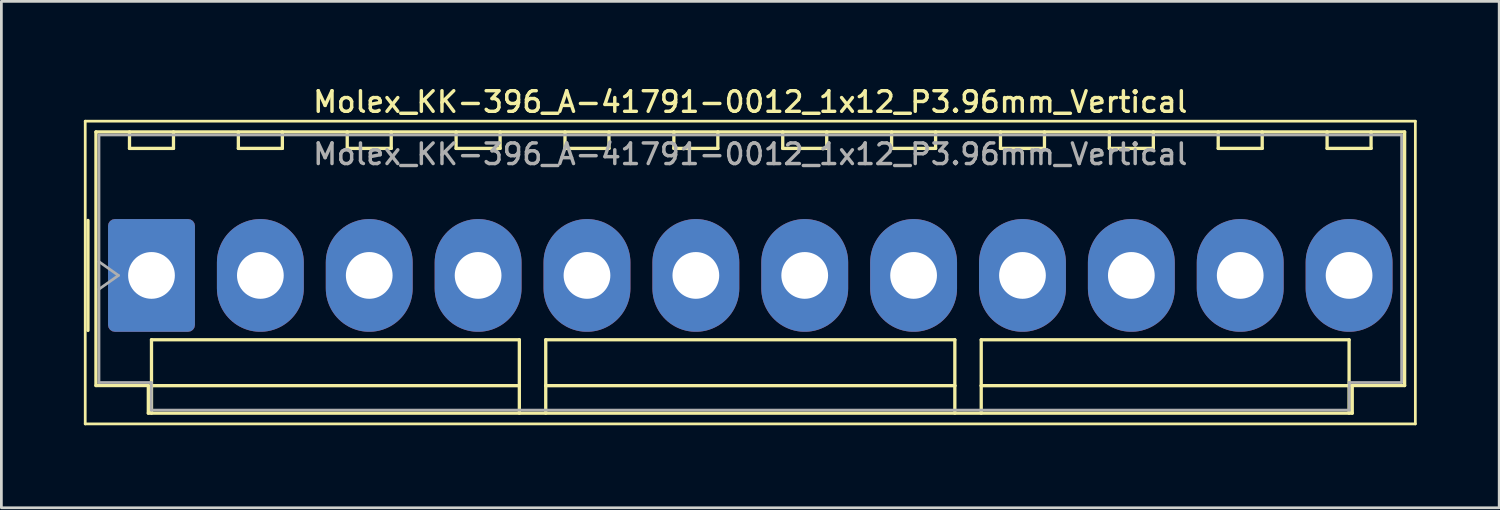
<source format=kicad_pcb>
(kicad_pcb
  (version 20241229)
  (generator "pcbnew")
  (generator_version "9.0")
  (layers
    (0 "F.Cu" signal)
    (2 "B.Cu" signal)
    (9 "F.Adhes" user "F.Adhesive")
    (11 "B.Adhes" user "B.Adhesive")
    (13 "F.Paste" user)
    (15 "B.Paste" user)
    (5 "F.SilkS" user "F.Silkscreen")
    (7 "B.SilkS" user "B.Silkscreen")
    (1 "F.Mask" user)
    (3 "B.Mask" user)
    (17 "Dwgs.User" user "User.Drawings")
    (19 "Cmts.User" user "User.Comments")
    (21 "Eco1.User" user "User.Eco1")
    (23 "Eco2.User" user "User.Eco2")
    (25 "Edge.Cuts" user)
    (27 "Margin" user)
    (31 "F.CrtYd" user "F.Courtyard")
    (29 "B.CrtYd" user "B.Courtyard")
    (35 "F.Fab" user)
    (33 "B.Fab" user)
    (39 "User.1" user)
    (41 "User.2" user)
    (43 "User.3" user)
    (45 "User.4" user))
  (footprint "Molex_KK-396_A-41791-0012_1x12_P3.96mm_Vertical"
    (layer "F.Cu")
    (at 2.46 6.968)
    (property "Reference" "Molex_KK-396_A-41791-0012_1x12_P3.96mm_Vertical" (at 21.78 -6.31 0) (layer "F.SilkS") (effects (font (size 0.75 0.75) (thickness 0.125))))
    (attr through_hole)
    (fp_line (start -2.41 -5.61) (end -2.41 5.4) (stroke (width 0.1) (type solid)) (layer "F.SilkS"))
    (fp_line (start -2.41 5.4) (end 45.97 5.4) (stroke (width 0.1) (type solid)) (layer "F.SilkS"))
    (fp_line (start -2.31 -2) (end -2.31 2) (stroke (width 0.12) (type solid)) (layer "F.SilkS"))
    (fp_line (start -2.02 -5.22) (end 45.58 -5.22) (stroke (width 0.12) (type solid)) (layer "F.SilkS"))
    (fp_line (start -2.02 4.005) (end -2.02 -5.22) (stroke (width 0.12) (type solid)) (layer "F.SilkS"))
    (fp_line (start -0.8 -5.22) (end -0.8 -4.62) (stroke (width 0.12) (type solid)) (layer "F.SilkS"))
    (fp_line (start -0.8 -4.62) (end 0.8 -4.62) (stroke (width 0.12) (type solid)) (layer "F.SilkS"))
    (fp_line (start -0.115 4.005) (end -2.02 4.005) (stroke (width 0.12) (type solid)) (layer "F.SilkS"))
    (fp_line (start -0.115 5.01) (end -0.115 4.005) (stroke (width 0.12) (type solid)) (layer "F.SilkS"))
    (fp_line (start 0 2.34) (end 13.38 2.34) (stroke (width 0.12) (type solid)) (layer "F.SilkS"))
    (fp_line (start 0 4.01) (end 0 2.34) (stroke (width 0.12) (type solid)) (layer "F.SilkS"))
    (fp_line (start 0 4.01) (end 13.38 4.01) (stroke (width 0.12) (type solid)) (layer "F.SilkS"))
    (fp_line (start 0 5.01) (end 0 4.01) (stroke (width 0.12) (type solid)) (layer "F.SilkS"))
    (fp_line (start 0.8 -4.62) (end 0.8 -5.22) (stroke (width 0.12) (type solid)) (layer "F.SilkS"))
    (fp_line (start 3.16 -5.22) (end 3.16 -4.62) (stroke (width 0.12) (type solid)) (layer "F.SilkS"))
    (fp_line (start 3.16 -4.62) (end 4.76 -4.62) (stroke (width 0.12) (type solid)) (layer "F.SilkS"))
    (fp_line (start 4.76 -4.62) (end 4.76 -5.22) (stroke (width 0.12) (type solid)) (layer "F.SilkS"))
    (fp_line (start 7.12 -5.22) (end 7.12 -4.62) (stroke (width 0.12) (type solid)) (layer "F.SilkS"))
    (fp_line (start 7.12 -4.62) (end 8.72 -4.62) (stroke (width 0.12) (type solid)) (layer "F.SilkS"))
    (fp_line (start 8.72 -4.62) (end 8.72 -5.22) (stroke (width 0.12) (type solid)) (layer "F.SilkS"))
    (fp_line (start 11.08 -5.22) (end 11.08 -4.62) (stroke (width 0.12) (type solid)) (layer "F.SilkS"))
    (fp_line (start 11.08 -4.62) (end 12.68 -4.62) (stroke (width 0.12) (type solid)) (layer "F.SilkS"))
    (fp_line (start 12.68 -4.62) (end 12.68 -5.22) (stroke (width 0.12) (type solid)) (layer "F.SilkS"))
    (fp_line (start 13.38 2.34) (end 13.38 4.01) (stroke (width 0.12) (type solid)) (layer "F.SilkS"))
    (fp_line (start 13.38 4.01) (end 13.38 5.01) (stroke (width 0.12) (type solid)) (layer "F.SilkS"))
    (fp_line (start 14.34 2.34) (end 29.22 2.34) (stroke (width 0.12) (type solid)) (layer "F.SilkS"))
    (fp_line (start 14.34 4.01) (end 14.34 2.34) (stroke (width 0.12) (type solid)) (layer "F.SilkS"))
    (fp_line (start 14.34 4.01) (end 29.22 4.01) (stroke (width 0.12) (type solid)) (layer "F.SilkS"))
    (fp_line (start 14.34 5.01) (end 14.34 4.01) (stroke (width 0.12) (type solid)) (layer "F.SilkS"))
    (fp_line (start 15.04 -5.22) (end 15.04 -4.62) (stroke (width 0.12) (type solid)) (layer "F.SilkS"))
    (fp_line (start 15.04 -4.62) (end 16.64 -4.62) (stroke (width 0.12) (type solid)) (layer "F.SilkS"))
    (fp_line (start 16.64 -4.62) (end 16.64 -5.22) (stroke (width 0.12) (type solid)) (layer "F.SilkS"))
    (fp_line (start 19 -5.22) (end 19 -4.62) (stroke (width 0.12) (type solid)) (layer "F.SilkS"))
    (fp_line (start 19 -4.62) (end 20.6 -4.62) (stroke (width 0.12) (type solid)) (layer "F.SilkS"))
    (fp_line (start 20.6 -4.62) (end 20.6 -5.22) (stroke (width 0.12) (type solid)) (layer "F.SilkS"))
    (fp_line (start 22.96 -5.22) (end 22.96 -4.62) (stroke (width 0.12) (type solid)) (layer "F.SilkS"))
    (fp_line (start 22.96 -4.62) (end 24.56 -4.62) (stroke (width 0.12) (type solid)) (layer "F.SilkS"))
    (fp_line (start 24.56 -4.62) (end 24.56 -5.22) (stroke (width 0.12) (type solid)) (layer "F.SilkS"))
    (fp_line (start 26.92 -5.22) (end 26.92 -4.62) (stroke (width 0.12) (type solid)) (layer "F.SilkS"))
    (fp_line (start 26.92 -4.62) (end 28.52 -4.62) (stroke (width 0.12) (type solid)) (layer "F.SilkS"))
    (fp_line (start 28.52 -4.62) (end 28.52 -5.22) (stroke (width 0.12) (type solid)) (layer "F.SilkS"))
    (fp_line (start 29.22 2.34) (end 29.22 4.01) (stroke (width 0.12) (type solid)) (layer "F.SilkS"))
    (fp_line (start 29.22 4.01) (end 29.22 5.01) (stroke (width 0.12) (type solid)) (layer "F.SilkS"))
    (fp_line (start 30.18 2.34) (end 43.56 2.34) (stroke (width 0.12) (type solid)) (layer "F.SilkS"))
    (fp_line (start 30.18 4.01) (end 30.18 2.34) (stroke (width 0.12) (type solid)) (layer "F.SilkS"))
    (fp_line (start 30.18 4.01) (end 43.56 4.01) (stroke (width 0.12) (type solid)) (layer "F.SilkS"))
    (fp_line (start 30.18 5.01) (end 30.18 4.01) (stroke (width 0.12) (type solid)) (layer "F.SilkS"))
    (fp_line (start 30.88 -5.22) (end 30.88 -4.62) (stroke (width 0.12) (type solid)) (layer "F.SilkS"))
    (fp_line (start 30.88 -4.62) (end 32.48 -4.62) (stroke (width 0.12) (type solid)) (layer "F.SilkS"))
    (fp_line (start 32.48 -4.62) (end 32.48 -5.22) (stroke (width 0.12) (type solid)) (layer "F.SilkS"))
    (fp_line (start 34.84 -5.22) (end 34.84 -4.62) (stroke (width 0.12) (type solid)) (layer "F.SilkS"))
    (fp_line (start 34.84 -4.62) (end 36.44 -4.62) (stroke (width 0.12) (type solid)) (layer "F.SilkS"))
    (fp_line (start 36.44 -4.62) (end 36.44 -5.22) (stroke (width 0.12) (type solid)) (layer "F.SilkS"))
    (fp_line (start 38.8 -5.22) (end 38.8 -4.62) (stroke (width 0.12) (type solid)) (layer "F.SilkS"))
    (fp_line (start 38.8 -4.62) (end 40.4 -4.62) (stroke (width 0.12) (type solid)) (layer "F.SilkS"))
    (fp_line (start 40.4 -4.62) (end 40.4 -5.22) (stroke (width 0.12) (type solid)) (layer "F.SilkS"))
    (fp_line (start 42.76 -5.22) (end 42.76 -4.62) (stroke (width 0.12) (type solid)) (layer "F.SilkS"))
    (fp_line (start 42.76 -4.62) (end 44.36 -4.62) (stroke (width 0.12) (type solid)) (layer "F.SilkS"))
    (fp_line (start 43.56 2.34) (end 43.56 4.01) (stroke (width 0.12) (type solid)) (layer "F.SilkS"))
    (fp_line (start 43.56 4.01) (end 43.56 5.01) (stroke (width 0.12) (type solid)) (layer "F.SilkS"))
    (fp_line (start 43.675 4.005) (end 43.675 5.01) (stroke (width 0.12) (type solid)) (layer "F.SilkS"))
    (fp_line (start 43.675 5.01) (end -0.115 5.01) (stroke (width 0.12) (type solid)) (layer "F.SilkS"))
    (fp_line (start 44.36 -4.62) (end 44.36 -5.22) (stroke (width 0.12) (type solid)) (layer "F.SilkS"))
    (fp_line (start 45.58 -5.22) (end 45.58 4.005) (stroke (width 0.12) (type solid)) (layer "F.SilkS"))
    (fp_line (start 45.58 4.005) (end 43.675 4.005) (stroke (width 0.12) (type solid)) (layer "F.SilkS"))
    (fp_line (start 45.97 -5.61) (end -2.41 -5.61) (stroke (width 0.1) (type solid)) (layer "F.SilkS"))
    (fp_line (start 45.97 5.4) (end 45.97 -5.61) (stroke (width 0.1) (type solid)) (layer "F.SilkS"))
    (fp_line (start -1.91 -5.11) (end 45.47 -5.11) (stroke (width 0.1) (type solid)) (layer "F.Fab"))
    (fp_line (start -1.91 -0.5) (end -1.203 0) (stroke (width 0.1) (type solid)) (layer "F.Fab"))
    (fp_line (start -1.91 3.895) (end -1.91 -5.11) (stroke (width 0.1) (type solid)) (layer "F.Fab"))
    (fp_line (start -1.203 0) (end -1.91 0.5) (stroke (width 0.1) (type solid)) (layer "F.Fab"))
    (fp_line (start -0.005 3.895) (end -1.91 3.895) (stroke (width 0.1) (type solid)) (layer "F.Fab"))
    (fp_line (start -0.005 4.9) (end -0.005 3.895) (stroke (width 0.1) (type solid)) (layer "F.Fab"))
    (fp_line (start 43.565 3.895) (end 43.565 4.9) (stroke (width 0.1) (type solid)) (layer "F.Fab"))
    (fp_line (start 43.565 4.9) (end -0.005 4.9) (stroke (width 0.1) (type solid)) (layer "F.Fab"))
    (fp_line (start 45.47 -5.11) (end 45.47 3.895) (stroke (width 0.1) (type solid)) (layer "F.Fab"))
    (fp_line (start 45.47 3.895) (end 43.565 3.895) (stroke (width 0.1) (type solid)) (layer "F.Fab"))
    (fp_text user "${REFERENCE}" (at 21.78 -4.41 0) (layer "F.Fab") (effects (font (size 0.75 0.75) (thickness 0.125))))
    (pad "1" thru_hole roundrect (at 0 0) (size 3.16 4.1) (drill 1.7) (layers "*.Cu" "*.Mask") (roundrect_rratio 0.079))
    (pad "2" thru_hole oval (at 3.96 0) (size 3.16 4.1) (drill 1.7) (layers "*.Cu" "*.Mask"))
    (pad "3" thru_hole oval (at 7.92 0) (size 3.16 4.1) (drill 1.7) (layers "*.Cu" "*.Mask"))
    (pad "4" thru_hole oval (at 11.88 0) (size 3.16 4.1) (drill 1.7) (layers "*.Cu" "*.Mask"))
    (pad "5" thru_hole oval (at 15.84 0) (size 3.16 4.1) (drill 1.7) (layers "*.Cu" "*.Mask"))
    (pad "6" thru_hole oval (at 19.8 0) (size 3.16 4.1) (drill 1.7) (layers "*.Cu" "*.Mask"))
    (pad "7" thru_hole oval (at 23.76 0) (size 3.16 4.1) (drill 1.7) (layers "*.Cu" "*.Mask"))
    (pad "8" thru_hole oval (at 27.72 0) (size 3.16 4.1) (drill 1.7) (layers "*.Cu" "*.Mask"))
    (pad "9" thru_hole oval (at 31.68 0) (size 3.16 4.1) (drill 1.7) (layers "*.Cu" "*.Mask"))
    (pad "10" thru_hole oval (at 35.64 0) (size 3.16 4.1) (drill 1.7) (layers "*.Cu" "*.Mask"))
    (pad "11" thru_hole oval (at 39.6 0) (size 3.16 4.1) (drill 1.7) (layers "*.Cu" "*.Mask"))
    (pad "12" thru_hole oval (at 43.56 0) (size 3.16 4.1) (drill 1.7) (layers "*.Cu" "*.Mask")))
  (gr_rect
    (start -3 -3)
    (end 51.48 15.418)
    (stroke (width 0.1) (type default))
    (fill no)
    (layer "Edge.Cuts")))
</source>
